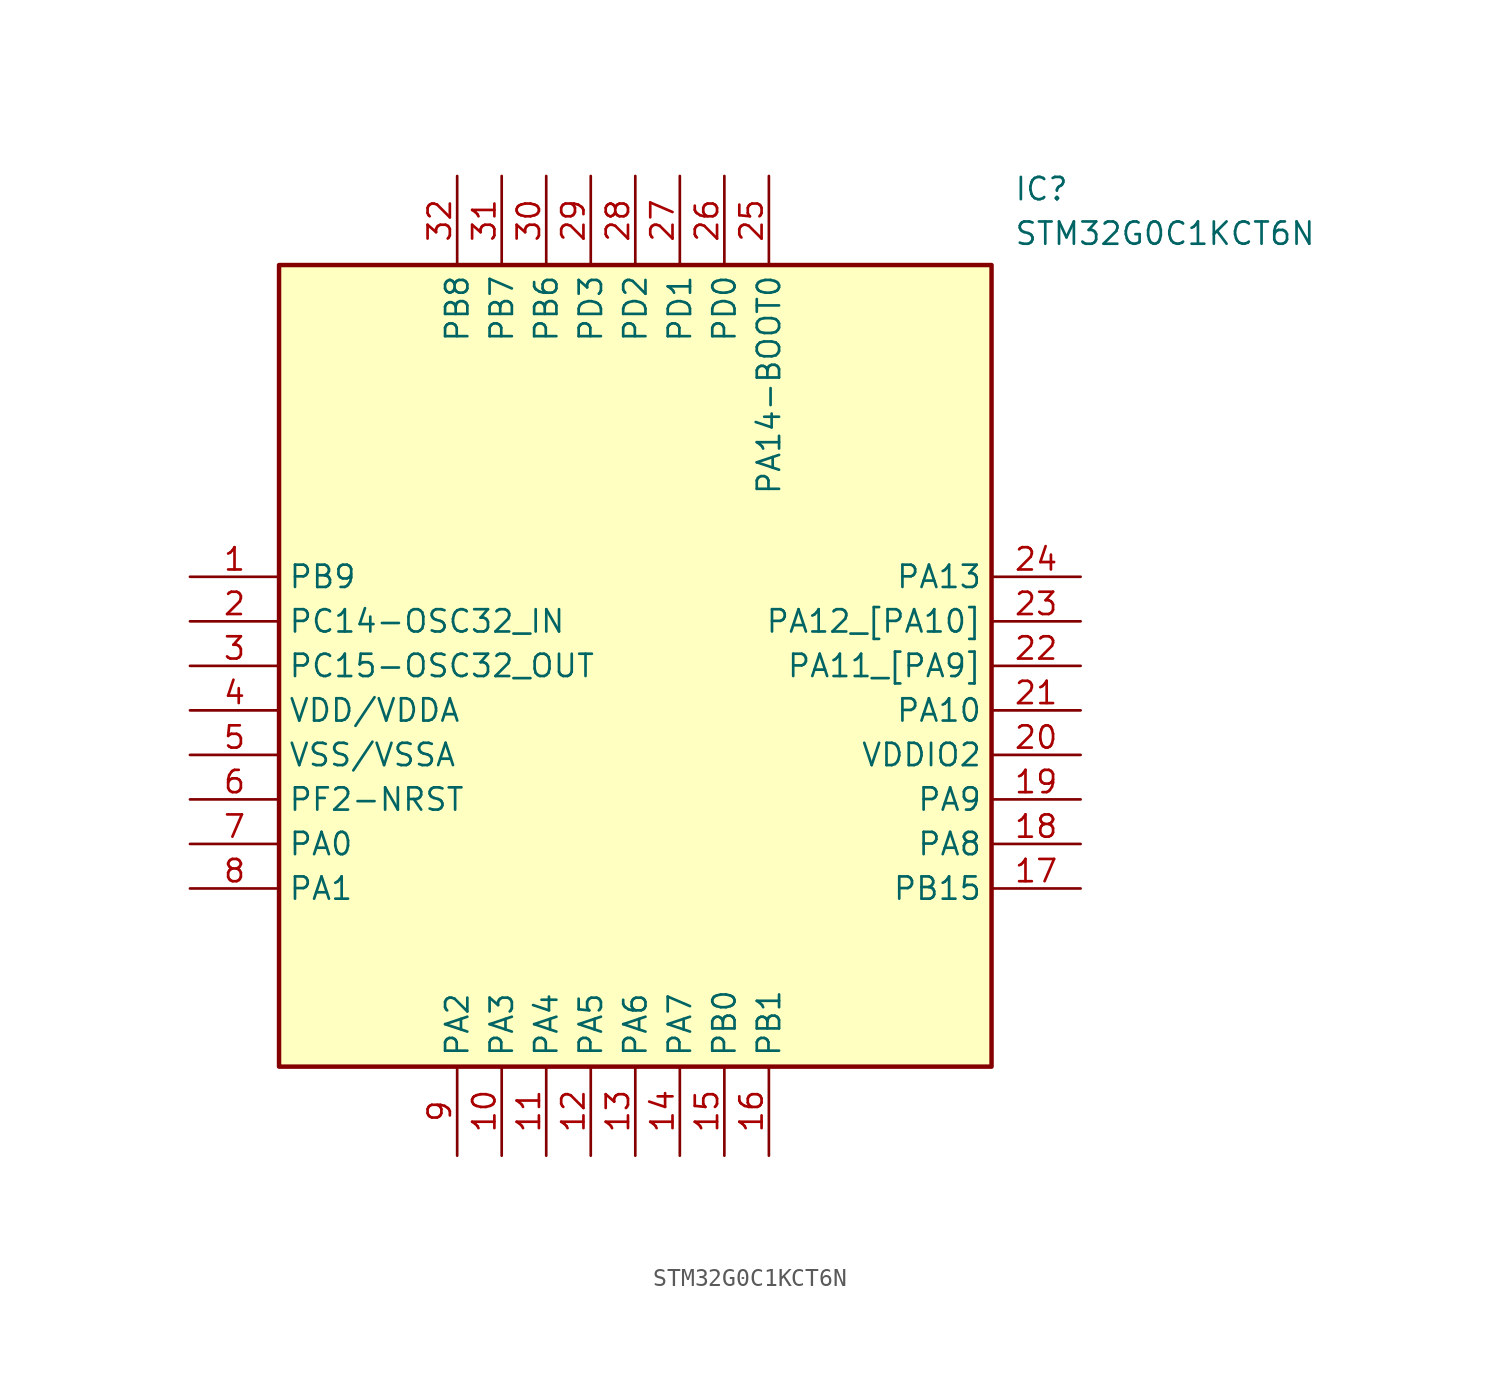
<source format=kicad_sym>
(kicad_symbol_lib
  (version 20211014)
  (generator SamacSys_ECAD_Model)
  (symbol "STM32G0C1KCT6N"
    (property "Reference" "IC"
      (at 46.99 22.86 0)
      (effects (font (size 1.27 1.27)) (justify left top)))
    (property "Value" "STM32G0C1KCT6N"
      (at 46.99 20.32 0)
      (effects (font (size 1.27 1.27)) (justify left top)))
    (rectangle
      (start 5.08 17.78)
      (end 45.72 -27.94)
      (stroke (width 0.254) (type default))
      (fill (type background)))
    (pin passive line
      (at 0 0 0)
      (length 5.08)
      (name "PB9" (effects (font (size 1.27 1.27))))
      (number "1" (effects (font (size 1.27 1.27)))))
    (pin passive line
      (at 0 -2.54 0)
      (length 5.08)
      (name "PC14-OSC32_IN" (effects (font (size 1.27 1.27))))
      (number "2" (effects (font (size 1.27 1.27)))))
    (pin passive line
      (at 0 -5.08 0)
      (length 5.08)
      (name "PC15-OSC32_OUT" (effects (font (size 1.27 1.27))))
      (number "3" (effects (font (size 1.27 1.27)))))
    (pin passive line
      (at 0 -7.62 0)
      (length 5.08)
      (name "VDD/VDDA" (effects (font (size 1.27 1.27))))
      (number "4" (effects (font (size 1.27 1.27)))))
    (pin passive line
      (at 0 -10.16 0)
      (length 5.08)
      (name "VSS/VSSA" (effects (font (size 1.27 1.27))))
      (number "5" (effects (font (size 1.27 1.27)))))
    (pin passive line
      (at 0 -12.7 0)
      (length 5.08)
      (name "PF2-NRST" (effects (font (size 1.27 1.27))))
      (number "6" (effects (font (size 1.27 1.27)))))
    (pin passive line
      (at 0 -15.24 0)
      (length 5.08)
      (name "PA0" (effects (font (size 1.27 1.27))))
      (number "7" (effects (font (size 1.27 1.27)))))
    (pin passive line
      (at 0 -17.78 0)
      (length 5.08)
      (name "PA1" (effects (font (size 1.27 1.27))))
      (number "8" (effects (font (size 1.27 1.27)))))
    (pin passive line
      (at 15.24 -33.02 90)
      (length 5.08)
      (name "PA2" (effects (font (size 1.27 1.27))))
      (number "9" (effects (font (size 1.27 1.27)))))
    (pin passive line
      (at 17.78 -33.02 90)
      (length 5.08)
      (name "PA3" (effects (font (size 1.27 1.27))))
      (number "10" (effects (font (size 1.27 1.27)))))
    (pin passive line
      (at 20.32 -33.02 90)
      (length 5.08)
      (name "PA4" (effects (font (size 1.27 1.27))))
      (number "11" (effects (font (size 1.27 1.27)))))
    (pin passive line
      (at 22.86 -33.02 90)
      (length 5.08)
      (name "PA5" (effects (font (size 1.27 1.27))))
      (number "12" (effects (font (size 1.27 1.27)))))
    (pin passive line
      (at 25.4 -33.02 90)
      (length 5.08)
      (name "PA6" (effects (font (size 1.27 1.27))))
      (number "13" (effects (font (size 1.27 1.27)))))
    (pin passive line
      (at 27.94 -33.02 90)
      (length 5.08)
      (name "PA7" (effects (font (size 1.27 1.27))))
      (number "14" (effects (font (size 1.27 1.27)))))
    (pin passive line
      (at 30.48 -33.02 90)
      (length 5.08)
      (name "PB0" (effects (font (size 1.27 1.27))))
      (number "15" (effects (font (size 1.27 1.27)))))
    (pin passive line
      (at 33.02 -33.02 90)
      (length 5.08)
      (name "PB1" (effects (font (size 1.27 1.27))))
      (number "16" (effects (font (size 1.27 1.27)))))
    (pin passive line
      (at 50.8 0 180)
      (length 5.08)
      (name "PA13" (effects (font (size 1.27 1.27))))
      (number "24" (effects (font (size 1.27 1.27)))))
    (pin passive line
      (at 50.8 -2.54 180)
      (length 5.08)
      (name "PA12_[PA10]" (effects (font (size 1.27 1.27))))
      (number "23" (effects (font (size 1.27 1.27)))))
    (pin passive line
      (at 50.8 -5.08 180)
      (length 5.08)
      (name "PA11_[PA9]" (effects (font (size 1.27 1.27))))
      (number "22" (effects (font (size 1.27 1.27)))))
    (pin passive line
      (at 50.8 -7.62 180)
      (length 5.08)
      (name "PA10" (effects (font (size 1.27 1.27))))
      (number "21" (effects (font (size 1.27 1.27)))))
    (pin passive line
      (at 50.8 -10.16 180)
      (length 5.08)
      (name "VDDIO2" (effects (font (size 1.27 1.27))))
      (number "20" (effects (font (size 1.27 1.27)))))
    (pin passive line
      (at 50.8 -12.7 180)
      (length 5.08)
      (name "PA9" (effects (font (size 1.27 1.27))))
      (number "19" (effects (font (size 1.27 1.27)))))
    (pin passive line
      (at 50.8 -15.24 180)
      (length 5.08)
      (name "PA8" (effects (font (size 1.27 1.27))))
      (number "18" (effects (font (size 1.27 1.27)))))
    (pin passive line
      (at 50.8 -17.78 180)
      (length 5.08)
      (name "PB15" (effects (font (size 1.27 1.27))))
      (number "17" (effects (font (size 1.27 1.27)))))
    (pin passive line
      (at 15.24 22.86 270)
      (length 5.08)
      (name "PB8" (effects (font (size 1.27 1.27))))
      (number "32" (effects (font (size 1.27 1.27)))))
    (pin passive line
      (at 17.78 22.86 270)
      (length 5.08)
      (name "PB7" (effects (font (size 1.27 1.27))))
      (number "31" (effects (font (size 1.27 1.27)))))
    (pin passive line
      (at 20.32 22.86 270)
      (length 5.08)
      (name "PB6" (effects (font (size 1.27 1.27))))
      (number "30" (effects (font (size 1.27 1.27)))))
    (pin passive line
      (at 22.86 22.86 270)
      (length 5.08)
      (name "PD3" (effects (font (size 1.27 1.27))))
      (number "29" (effects (font (size 1.27 1.27)))))
    (pin passive line
      (at 25.4 22.86 270)
      (length 5.08)
      (name "PD2" (effects (font (size 1.27 1.27))))
      (number "28" (effects (font (size 1.27 1.27)))))
    (pin passive line
      (at 27.94 22.86 270)
      (length 5.08)
      (name "PD1" (effects (font (size 1.27 1.27))))
      (number "27" (effects (font (size 1.27 1.27)))))
    (pin passive line
      (at 30.48 22.86 270)
      (length 5.08)
      (name "PD0" (effects (font (size 1.27 1.27))))
      (number "26" (effects (font (size 1.27 1.27)))))
    (pin passive line
      (at 33.02 22.86 270)
      (length 5.08)
      (name "PA14-BOOT0" (effects (font (size 1.27 1.27))))
      (number "25" (effects (font (size 1.27 1.27)))))))
</source>
